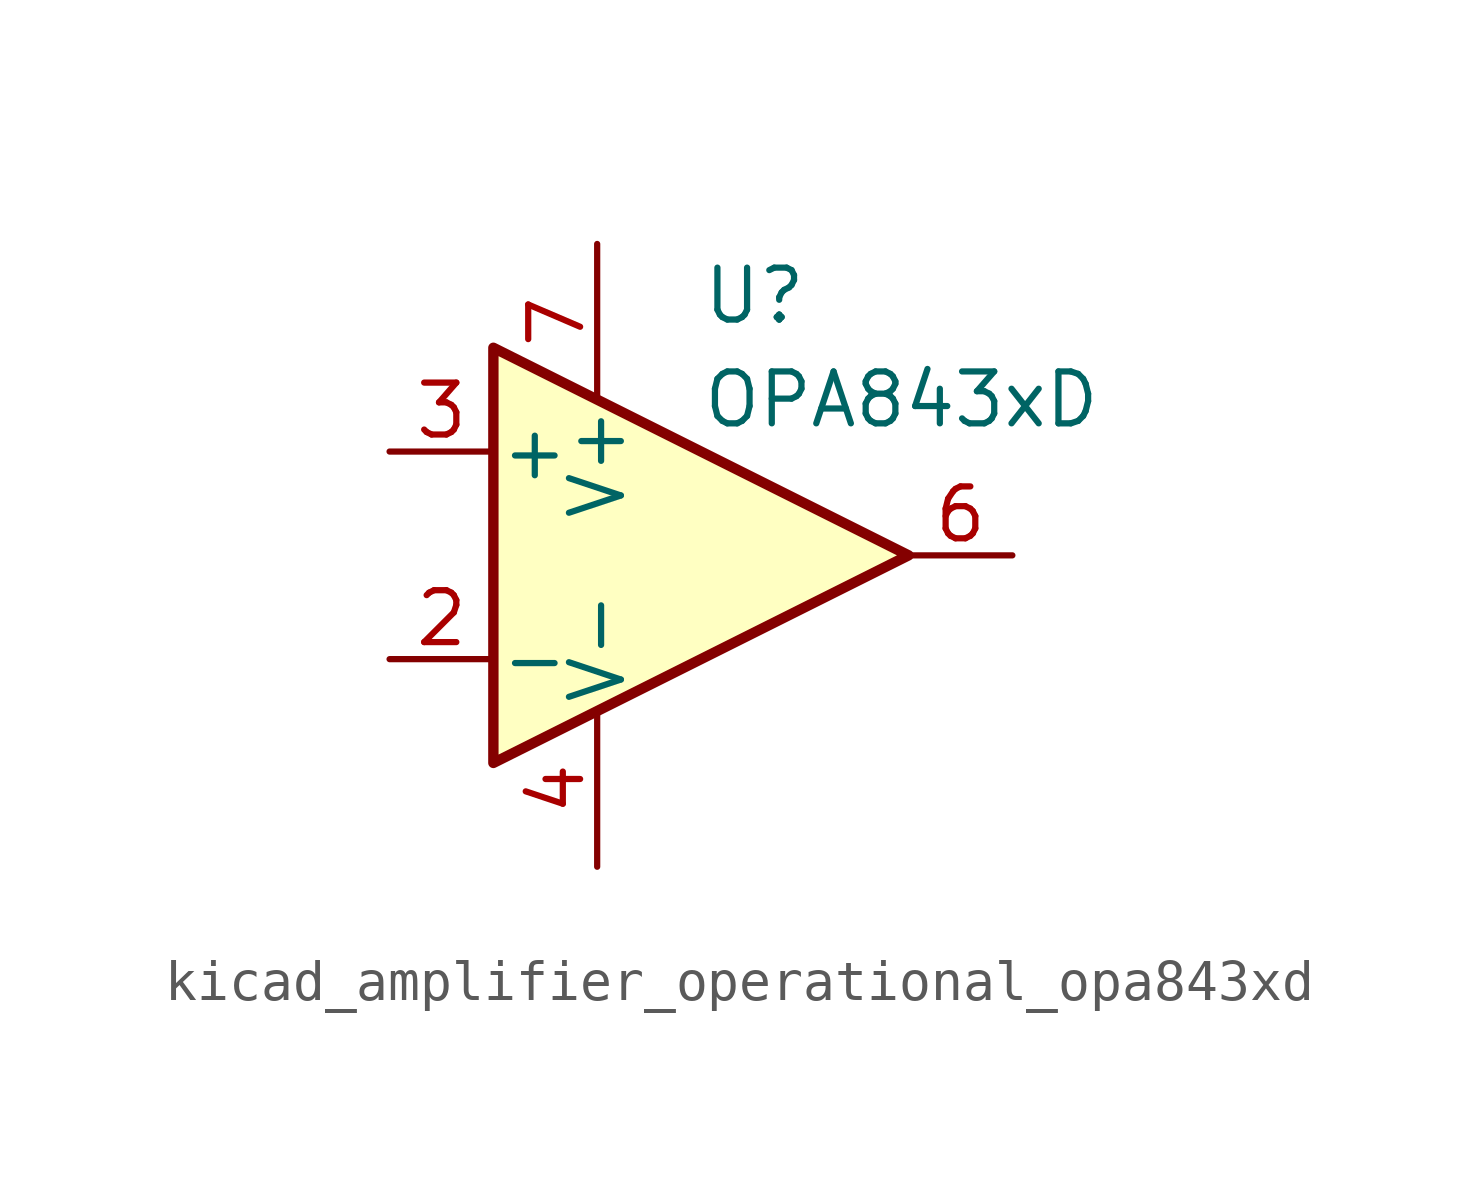
<source format=kicad_sym>
(kicad_symbol_lib
  (version 20220914)
  (generator kicad_symbol_editor)
  (symbol "kicad_amplifier_operational_opa843xd"
    (pin_names
      (offset 0.127))
    (property "Reference" "U"
      (at 0 6.35 0)
      (effects (font (size 1.27 1.27)) (justify left)))
    (property "Value" "OPA843xD"
      (at 0 3.81 0)
      (effects (font (size 1.27 1.27)) (justify left)))
    (symbol "kicad_amplifier_operational_opa843xd_0_1"
      (polyline (pts (xy -5.08 5.08) (xy 5.08 0) (xy -5.08 -5.08) (xy -5.08 5.08)) (stroke (width 0.254) (type default)) (fill (type background))))
    (symbol "kicad_amplifier_operational_opa843xd_1_1"
      (pin no_connect line (at -2.54 2.54 270) (length 2.54) hide (name "NC" (effects (font (size 1.27 1.27)))) (number "1" (effects (font (size 1.27 1.27)))))
      (pin input line (at -7.62 -2.54 0) (length 2.54) (name "-" (effects (font (size 1.27 1.27)))) (number "2" (effects (font (size 1.27 1.27)))))
      (pin input line (at -7.62 2.54 0) (length 2.54) (name "+" (effects (font (size 1.27 1.27)))) (number "3" (effects (font (size 1.27 1.27)))))
      (pin power_in line (at -2.54 -7.62 90) (length 3.81) (name "V-" (effects (font (size 1.27 1.27)))) (number "4" (effects (font (size 1.27 1.27)))))
      (pin no_connect line (at 0 2.54 270) (length 2.54) hide (name "NC" (effects (font (size 1.27 1.27)))) (number "5" (effects (font (size 1.27 1.27)))))
      (pin output line (at 7.62 0 180) (length 2.54) (name "~" (effects (font (size 1.27 1.27)))) (number "6" (effects (font (size 1.27 1.27)))))
      (pin power_in line (at -2.54 7.62 270) (length 3.81) (name "V+" (effects (font (size 1.27 1.27)))) (number "7" (effects (font (size 1.27 1.27)))))
      (pin no_connect line (at 0 -2.54 90) (length 2.54) hide (name "NC" (effects (font (size 1.27 1.27)))) (number "8" (effects (font (size 1.27 1.27))))))))
</source>
